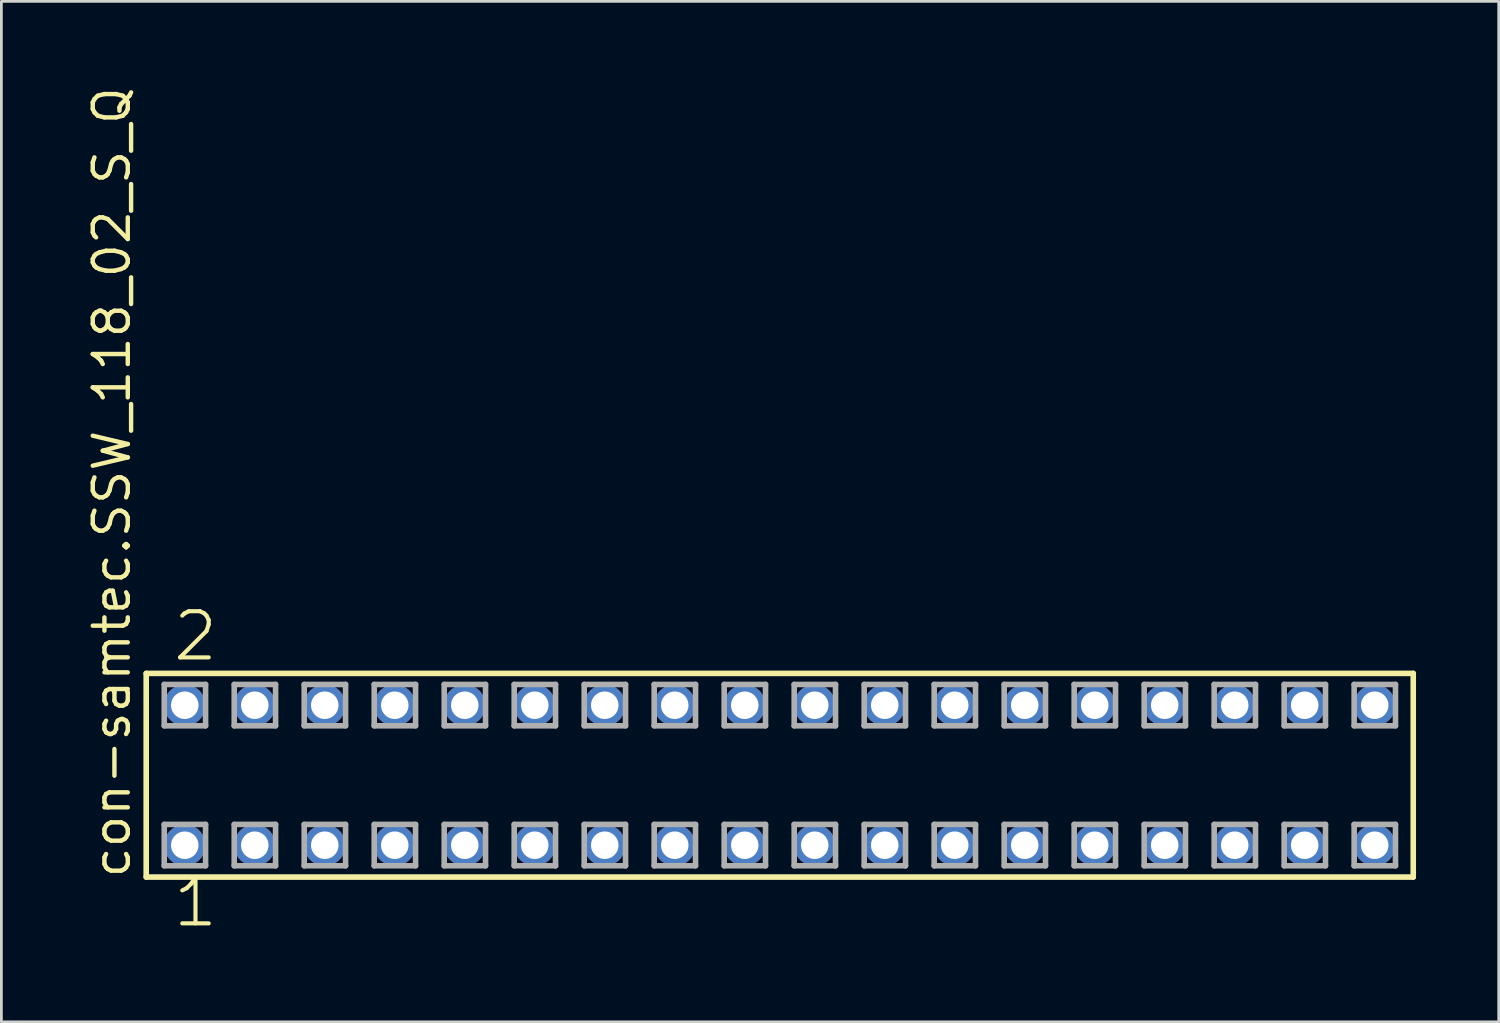
<source format=kicad_pcb>
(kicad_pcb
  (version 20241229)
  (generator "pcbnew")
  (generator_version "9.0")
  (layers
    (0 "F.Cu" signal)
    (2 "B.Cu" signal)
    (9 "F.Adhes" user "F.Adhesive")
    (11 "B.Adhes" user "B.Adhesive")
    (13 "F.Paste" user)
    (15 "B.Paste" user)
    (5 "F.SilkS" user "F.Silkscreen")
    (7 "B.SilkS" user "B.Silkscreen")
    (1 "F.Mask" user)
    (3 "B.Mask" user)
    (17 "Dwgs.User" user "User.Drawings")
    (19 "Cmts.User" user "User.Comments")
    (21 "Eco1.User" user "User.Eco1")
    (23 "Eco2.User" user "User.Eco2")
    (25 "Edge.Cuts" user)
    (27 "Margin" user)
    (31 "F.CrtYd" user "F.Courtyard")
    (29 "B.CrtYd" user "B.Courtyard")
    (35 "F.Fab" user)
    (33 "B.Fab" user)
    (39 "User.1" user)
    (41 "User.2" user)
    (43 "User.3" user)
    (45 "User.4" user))
  (footprint "con-samtec.SSW_118_02_S_Q"
    (layer "F.Cu")
    (at 25.245 25.082)
    (property "Reference" "con-samtec.SSW_118_02_S_Q" (at -23.495 3.81 90) (layer "F.SilkS") (effects (font (size 1.27 1.27) (thickness 0.16)) (justify left bottom)))
    (attr through_hole)
    (fp_line (start -22.989 -3.695) (end 22.989 -3.695) (stroke (width 0.203) (type default)) (layer "F.SilkS"))
    (fp_line (start -22.989 3.695) (end -22.989 -3.695) (stroke (width 0.203) (type default)) (layer "F.SilkS"))
    (fp_line (start 22.989 -3.695) (end 22.989 3.695) (stroke (width 0.203) (type default)) (layer "F.SilkS"))
    (fp_line (start 22.989 3.695) (end -22.989 3.695) (stroke (width 0.203) (type default)) (layer "F.SilkS"))
    (fp_line (start -22.335 -3.295) (end -20.835 -3.295) (stroke (width 0.203) (type default)) (layer "F.Fab"))
    (fp_line (start -22.335 -1.795) (end -22.335 -3.295) (stroke (width 0.203) (type default)) (layer "F.Fab"))
    (fp_line (start -22.335 1.785) (end -20.835 1.785) (stroke (width 0.203) (type default)) (layer "F.Fab"))
    (fp_line (start -22.335 3.285) (end -22.335 1.785) (stroke (width 0.203) (type default)) (layer "F.Fab"))
    (fp_line (start -20.835 -3.295) (end -20.835 -1.795) (stroke (width 0.203) (type default)) (layer "F.Fab"))
    (fp_line (start -20.835 -1.795) (end -22.335 -1.795) (stroke (width 0.203) (type default)) (layer "F.Fab"))
    (fp_line (start -20.835 1.785) (end -20.835 3.285) (stroke (width 0.203) (type default)) (layer "F.Fab"))
    (fp_line (start -20.835 3.285) (end -22.335 3.285) (stroke (width 0.203) (type default)) (layer "F.Fab"))
    (fp_line (start -19.795 -3.295) (end -18.295 -3.295) (stroke (width 0.203) (type default)) (layer "F.Fab"))
    (fp_line (start -19.795 -1.795) (end -19.795 -3.295) (stroke (width 0.203) (type default)) (layer "F.Fab"))
    (fp_line (start -19.795 1.785) (end -18.295 1.785) (stroke (width 0.203) (type default)) (layer "F.Fab"))
    (fp_line (start -19.795 3.285) (end -19.795 1.785) (stroke (width 0.203) (type default)) (layer "F.Fab"))
    (fp_line (start -18.295 -3.295) (end -18.295 -1.795) (stroke (width 0.203) (type default)) (layer "F.Fab"))
    (fp_line (start -18.295 -1.795) (end -19.795 -1.795) (stroke (width 0.203) (type default)) (layer "F.Fab"))
    (fp_line (start -18.295 1.785) (end -18.295 3.285) (stroke (width 0.203) (type default)) (layer "F.Fab"))
    (fp_line (start -18.295 3.285) (end -19.795 3.285) (stroke (width 0.203) (type default)) (layer "F.Fab"))
    (fp_line (start -17.255 -3.295) (end -15.755 -3.295) (stroke (width 0.203) (type default)) (layer "F.Fab"))
    (fp_line (start -17.255 -1.795) (end -17.255 -3.295) (stroke (width 0.203) (type default)) (layer "F.Fab"))
    (fp_line (start -17.255 1.785) (end -15.755 1.785) (stroke (width 0.203) (type default)) (layer "F.Fab"))
    (fp_line (start -17.255 3.285) (end -17.255 1.785) (stroke (width 0.203) (type default)) (layer "F.Fab"))
    (fp_line (start -15.755 -3.295) (end -15.755 -1.795) (stroke (width 0.203) (type default)) (layer "F.Fab"))
    (fp_line (start -15.755 -1.795) (end -17.255 -1.795) (stroke (width 0.203) (type default)) (layer "F.Fab"))
    (fp_line (start -15.755 1.785) (end -15.755 3.285) (stroke (width 0.203) (type default)) (layer "F.Fab"))
    (fp_line (start -15.755 3.285) (end -17.255 3.285) (stroke (width 0.203) (type default)) (layer "F.Fab"))
    (fp_line (start -14.715 -3.295) (end -13.215 -3.295) (stroke (width 0.203) (type default)) (layer "F.Fab"))
    (fp_line (start -14.715 -1.795) (end -14.715 -3.295) (stroke (width 0.203) (type default)) (layer "F.Fab"))
    (fp_line (start -14.715 1.785) (end -13.215 1.785) (stroke (width 0.203) (type default)) (layer "F.Fab"))
    (fp_line (start -14.715 3.285) (end -14.715 1.785) (stroke (width 0.203) (type default)) (layer "F.Fab"))
    (fp_line (start -13.215 -3.295) (end -13.215 -1.795) (stroke (width 0.203) (type default)) (layer "F.Fab"))
    (fp_line (start -13.215 -1.795) (end -14.715 -1.795) (stroke (width 0.203) (type default)) (layer "F.Fab"))
    (fp_line (start -13.215 1.785) (end -13.215 3.285) (stroke (width 0.203) (type default)) (layer "F.Fab"))
    (fp_line (start -13.215 3.285) (end -14.715 3.285) (stroke (width 0.203) (type default)) (layer "F.Fab"))
    (fp_line (start -12.175 -3.295) (end -10.675 -3.295) (stroke (width 0.203) (type default)) (layer "F.Fab"))
    (fp_line (start -12.175 -1.795) (end -12.175 -3.295) (stroke (width 0.203) (type default)) (layer "F.Fab"))
    (fp_line (start -12.175 1.785) (end -10.675 1.785) (stroke (width 0.203) (type default)) (layer "F.Fab"))
    (fp_line (start -12.175 3.285) (end -12.175 1.785) (stroke (width 0.203) (type default)) (layer "F.Fab"))
    (fp_line (start -10.675 -3.295) (end -10.675 -1.795) (stroke (width 0.203) (type default)) (layer "F.Fab"))
    (fp_line (start -10.675 -1.795) (end -12.175 -1.795) (stroke (width 0.203) (type default)) (layer "F.Fab"))
    (fp_line (start -10.675 1.785) (end -10.675 3.285) (stroke (width 0.203) (type default)) (layer "F.Fab"))
    (fp_line (start -10.675 3.285) (end -12.175 3.285) (stroke (width 0.203) (type default)) (layer "F.Fab"))
    (fp_line (start -9.635 -3.295) (end -8.135 -3.295) (stroke (width 0.203) (type default)) (layer "F.Fab"))
    (fp_line (start -9.635 -1.795) (end -9.635 -3.295) (stroke (width 0.203) (type default)) (layer "F.Fab"))
    (fp_line (start -9.635 1.785) (end -8.135 1.785) (stroke (width 0.203) (type default)) (layer "F.Fab"))
    (fp_line (start -9.635 3.285) (end -9.635 1.785) (stroke (width 0.203) (type default)) (layer "F.Fab"))
    (fp_line (start -8.135 -3.295) (end -8.135 -1.795) (stroke (width 0.203) (type default)) (layer "F.Fab"))
    (fp_line (start -8.135 -1.795) (end -9.635 -1.795) (stroke (width 0.203) (type default)) (layer "F.Fab"))
    (fp_line (start -8.135 1.785) (end -8.135 3.285) (stroke (width 0.203) (type default)) (layer "F.Fab"))
    (fp_line (start -8.135 3.285) (end -9.635 3.285) (stroke (width 0.203) (type default)) (layer "F.Fab"))
    (fp_line (start -7.095 -3.295) (end -5.595 -3.295) (stroke (width 0.203) (type default)) (layer "F.Fab"))
    (fp_line (start -7.095 -1.795) (end -7.095 -3.295) (stroke (width 0.203) (type default)) (layer "F.Fab"))
    (fp_line (start -7.095 1.785) (end -5.595 1.785) (stroke (width 0.203) (type default)) (layer "F.Fab"))
    (fp_line (start -7.095 3.285) (end -7.095 1.785) (stroke (width 0.203) (type default)) (layer "F.Fab"))
    (fp_line (start -5.595 -3.295) (end -5.595 -1.795) (stroke (width 0.203) (type default)) (layer "F.Fab"))
    (fp_line (start -5.595 -1.795) (end -7.095 -1.795) (stroke (width 0.203) (type default)) (layer "F.Fab"))
    (fp_line (start -5.595 1.785) (end -5.595 3.285) (stroke (width 0.203) (type default)) (layer "F.Fab"))
    (fp_line (start -5.595 3.285) (end -7.095 3.285) (stroke (width 0.203) (type default)) (layer "F.Fab"))
    (fp_line (start -4.555 -3.295) (end -3.055 -3.295) (stroke (width 0.203) (type default)) (layer "F.Fab"))
    (fp_line (start -4.555 -1.795) (end -4.555 -3.295) (stroke (width 0.203) (type default)) (layer "F.Fab"))
    (fp_line (start -4.555 1.785) (end -3.055 1.785) (stroke (width 0.203) (type default)) (layer "F.Fab"))
    (fp_line (start -4.555 3.285) (end -4.555 1.785) (stroke (width 0.203) (type default)) (layer "F.Fab"))
    (fp_line (start -3.055 -3.295) (end -3.055 -1.795) (stroke (width 0.203) (type default)) (layer "F.Fab"))
    (fp_line (start -3.055 -1.795) (end -4.555 -1.795) (stroke (width 0.203) (type default)) (layer "F.Fab"))
    (fp_line (start -3.055 1.785) (end -3.055 3.285) (stroke (width 0.203) (type default)) (layer "F.Fab"))
    (fp_line (start -3.055 3.285) (end -4.555 3.285) (stroke (width 0.203) (type default)) (layer "F.Fab"))
    (fp_line (start -2.015 -3.295) (end -0.515 -3.295) (stroke (width 0.203) (type default)) (layer "F.Fab"))
    (fp_line (start -2.015 -1.795) (end -2.015 -3.295) (stroke (width 0.203) (type default)) (layer "F.Fab"))
    (fp_line (start -2.015 1.785) (end -0.515 1.785) (stroke (width 0.203) (type default)) (layer "F.Fab"))
    (fp_line (start -2.015 3.285) (end -2.015 1.785) (stroke (width 0.203) (type default)) (layer "F.Fab"))
    (fp_line (start -0.515 -3.295) (end -0.515 -1.795) (stroke (width 0.203) (type default)) (layer "F.Fab"))
    (fp_line (start -0.515 -1.795) (end -2.015 -1.795) (stroke (width 0.203) (type default)) (layer "F.Fab"))
    (fp_line (start -0.515 1.785) (end -0.515 3.285) (stroke (width 0.203) (type default)) (layer "F.Fab"))
    (fp_line (start -0.515 3.285) (end -2.015 3.285) (stroke (width 0.203) (type default)) (layer "F.Fab"))
    (fp_line (start 0.525 -3.295) (end 2.025 -3.295) (stroke (width 0.203) (type default)) (layer "F.Fab"))
    (fp_line (start 0.525 -1.795) (end 0.525 -3.295) (stroke (width 0.203) (type default)) (layer "F.Fab"))
    (fp_line (start 0.525 1.785) (end 2.025 1.785) (stroke (width 0.203) (type default)) (layer "F.Fab"))
    (fp_line (start 0.525 3.285) (end 0.525 1.785) (stroke (width 0.203) (type default)) (layer "F.Fab"))
    (fp_line (start 2.025 -3.295) (end 2.025 -1.795) (stroke (width 0.203) (type default)) (layer "F.Fab"))
    (fp_line (start 2.025 -1.795) (end 0.525 -1.795) (stroke (width 0.203) (type default)) (layer "F.Fab"))
    (fp_line (start 2.025 1.785) (end 2.025 3.285) (stroke (width 0.203) (type default)) (layer "F.Fab"))
    (fp_line (start 2.025 3.285) (end 0.525 3.285) (stroke (width 0.203) (type default)) (layer "F.Fab"))
    (fp_line (start 3.065 -3.295) (end 4.565 -3.295) (stroke (width 0.203) (type default)) (layer "F.Fab"))
    (fp_line (start 3.065 -1.795) (end 3.065 -3.295) (stroke (width 0.203) (type default)) (layer "F.Fab"))
    (fp_line (start 3.065 1.785) (end 4.565 1.785) (stroke (width 0.203) (type default)) (layer "F.Fab"))
    (fp_line (start 3.065 3.285) (end 3.065 1.785) (stroke (width 0.203) (type default)) (layer "F.Fab"))
    (fp_line (start 4.565 -3.295) (end 4.565 -1.795) (stroke (width 0.203) (type default)) (layer "F.Fab"))
    (fp_line (start 4.565 -1.795) (end 3.065 -1.795) (stroke (width 0.203) (type default)) (layer "F.Fab"))
    (fp_line (start 4.565 1.785) (end 4.565 3.285) (stroke (width 0.203) (type default)) (layer "F.Fab"))
    (fp_line (start 4.565 3.285) (end 3.065 3.285) (stroke (width 0.203) (type default)) (layer "F.Fab"))
    (fp_line (start 5.605 -3.295) (end 7.105 -3.295) (stroke (width 0.203) (type default)) (layer "F.Fab"))
    (fp_line (start 5.605 -1.795) (end 5.605 -3.295) (stroke (width 0.203) (type default)) (layer "F.Fab"))
    (fp_line (start 5.605 1.785) (end 7.105 1.785) (stroke (width 0.203) (type default)) (layer "F.Fab"))
    (fp_line (start 5.605 3.285) (end 5.605 1.785) (stroke (width 0.203) (type default)) (layer "F.Fab"))
    (fp_line (start 7.105 -3.295) (end 7.105 -1.795) (stroke (width 0.203) (type default)) (layer "F.Fab"))
    (fp_line (start 7.105 -1.795) (end 5.605 -1.795) (stroke (width 0.203) (type default)) (layer "F.Fab"))
    (fp_line (start 7.105 1.785) (end 7.105 3.285) (stroke (width 0.203) (type default)) (layer "F.Fab"))
    (fp_line (start 7.105 3.285) (end 5.605 3.285) (stroke (width 0.203) (type default)) (layer "F.Fab"))
    (fp_line (start 8.145 -3.295) (end 9.645 -3.295) (stroke (width 0.203) (type default)) (layer "F.Fab"))
    (fp_line (start 8.145 -1.795) (end 8.145 -3.295) (stroke (width 0.203) (type default)) (layer "F.Fab"))
    (fp_line (start 8.145 1.785) (end 9.645 1.785) (stroke (width 0.203) (type default)) (layer "F.Fab"))
    (fp_line (start 8.145 3.285) (end 8.145 1.785) (stroke (width 0.203) (type default)) (layer "F.Fab"))
    (fp_line (start 9.645 -3.295) (end 9.645 -1.795) (stroke (width 0.203) (type default)) (layer "F.Fab"))
    (fp_line (start 9.645 -1.795) (end 8.145 -1.795) (stroke (width 0.203) (type default)) (layer "F.Fab"))
    (fp_line (start 9.645 1.785) (end 9.645 3.285) (stroke (width 0.203) (type default)) (layer "F.Fab"))
    (fp_line (start 9.645 3.285) (end 8.145 3.285) (stroke (width 0.203) (type default)) (layer "F.Fab"))
    (fp_line (start 10.685 -3.295) (end 12.185 -3.295) (stroke (width 0.203) (type default)) (layer "F.Fab"))
    (fp_line (start 10.685 -1.795) (end 10.685 -3.295) (stroke (width 0.203) (type default)) (layer "F.Fab"))
    (fp_line (start 10.685 1.785) (end 12.185 1.785) (stroke (width 0.203) (type default)) (layer "F.Fab"))
    (fp_line (start 10.685 3.285) (end 10.685 1.785) (stroke (width 0.203) (type default)) (layer "F.Fab"))
    (fp_line (start 12.185 -3.295) (end 12.185 -1.795) (stroke (width 0.203) (type default)) (layer "F.Fab"))
    (fp_line (start 12.185 -1.795) (end 10.685 -1.795) (stroke (width 0.203) (type default)) (layer "F.Fab"))
    (fp_line (start 12.185 1.785) (end 12.185 3.285) (stroke (width 0.203) (type default)) (layer "F.Fab"))
    (fp_line (start 12.185 3.285) (end 10.685 3.285) (stroke (width 0.203) (type default)) (layer "F.Fab"))
    (fp_line (start 13.225 -3.295) (end 14.725 -3.295) (stroke (width 0.203) (type default)) (layer "F.Fab"))
    (fp_line (start 13.225 -1.795) (end 13.225 -3.295) (stroke (width 0.203) (type default)) (layer "F.Fab"))
    (fp_line (start 13.225 1.785) (end 14.725 1.785) (stroke (width 0.203) (type default)) (layer "F.Fab"))
    (fp_line (start 13.225 3.285) (end 13.225 1.785) (stroke (width 0.203) (type default)) (layer "F.Fab"))
    (fp_line (start 14.725 -3.295) (end 14.725 -1.795) (stroke (width 0.203) (type default)) (layer "F.Fab"))
    (fp_line (start 14.725 -1.795) (end 13.225 -1.795) (stroke (width 0.203) (type default)) (layer "F.Fab"))
    (fp_line (start 14.725 1.785) (end 14.725 3.285) (stroke (width 0.203) (type default)) (layer "F.Fab"))
    (fp_line (start 14.725 3.285) (end 13.225 3.285) (stroke (width 0.203) (type default)) (layer "F.Fab"))
    (fp_line (start 15.765 -3.295) (end 17.265 -3.295) (stroke (width 0.203) (type default)) (layer "F.Fab"))
    (fp_line (start 15.765 -1.795) (end 15.765 -3.295) (stroke (width 0.203) (type default)) (layer "F.Fab"))
    (fp_line (start 15.765 1.785) (end 17.265 1.785) (stroke (width 0.203) (type default)) (layer "F.Fab"))
    (fp_line (start 15.765 3.285) (end 15.765 1.785) (stroke (width 0.203) (type default)) (layer "F.Fab"))
    (fp_line (start 17.265 -3.295) (end 17.265 -1.795) (stroke (width 0.203) (type default)) (layer "F.Fab"))
    (fp_line (start 17.265 -1.795) (end 15.765 -1.795) (stroke (width 0.203) (type default)) (layer "F.Fab"))
    (fp_line (start 17.265 1.785) (end 17.265 3.285) (stroke (width 0.203) (type default)) (layer "F.Fab"))
    (fp_line (start 17.265 3.285) (end 15.765 3.285) (stroke (width 0.203) (type default)) (layer "F.Fab"))
    (fp_line (start 18.305 -3.295) (end 19.805 -3.295) (stroke (width 0.203) (type default)) (layer "F.Fab"))
    (fp_line (start 18.305 -1.795) (end 18.305 -3.295) (stroke (width 0.203) (type default)) (layer "F.Fab"))
    (fp_line (start 18.305 1.785) (end 19.805 1.785) (stroke (width 0.203) (type default)) (layer "F.Fab"))
    (fp_line (start 18.305 3.285) (end 18.305 1.785) (stroke (width 0.203) (type default)) (layer "F.Fab"))
    (fp_line (start 19.805 -3.295) (end 19.805 -1.795) (stroke (width 0.203) (type default)) (layer "F.Fab"))
    (fp_line (start 19.805 -1.795) (end 18.305 -1.795) (stroke (width 0.203) (type default)) (layer "F.Fab"))
    (fp_line (start 19.805 1.785) (end 19.805 3.285) (stroke (width 0.203) (type default)) (layer "F.Fab"))
    (fp_line (start 19.805 3.285) (end 18.305 3.285) (stroke (width 0.203) (type default)) (layer "F.Fab"))
    (fp_line (start 20.845 -3.295) (end 22.345 -3.295) (stroke (width 0.203) (type default)) (layer "F.Fab"))
    (fp_line (start 20.845 -1.795) (end 20.845 -3.295) (stroke (width 0.203) (type default)) (layer "F.Fab"))
    (fp_line (start 20.845 1.785) (end 22.345 1.785) (stroke (width 0.203) (type default)) (layer "F.Fab"))
    (fp_line (start 20.845 3.285) (end 20.845 1.785) (stroke (width 0.203) (type default)) (layer "F.Fab"))
    (fp_line (start 22.345 -3.295) (end 22.345 -1.795) (stroke (width 0.203) (type default)) (layer "F.Fab"))
    (fp_line (start 22.345 -1.795) (end 20.845 -1.795) (stroke (width 0.203) (type default)) (layer "F.Fab"))
    (fp_line (start 22.345 1.785) (end 22.345 3.285) (stroke (width 0.203) (type default)) (layer "F.Fab"))
    (fp_line (start 22.345 3.285) (end 20.845 3.285) (stroke (width 0.203) (type default)) (layer "F.Fab"))
    (fp_text user "2" (at -22.098 -4.064 0) (layer "F.SilkS") (effects (font (size 1.676 1.676) (thickness 0.15)) (justify left bottom)))
    (fp_text user "1" (at -22.098 5.588 0) (layer "F.SilkS") (effects (font (size 1.676 1.676) (thickness 0.15)) (justify left bottom)))
    (pad "1" thru_hole circle (at -21.59 2.54) (size 1.5 1.5) (drill 1) (layers "*.Cu" "*.Mask"))
    (pad "2" thru_hole circle (at -21.59 -2.54) (size 1.5 1.5) (drill 1) (layers "*.Cu" "*.Mask"))
    (pad "3" thru_hole circle (at -19.05 2.54) (size 1.5 1.5) (drill 1) (layers "*.Cu" "*.Mask"))
    (pad "4" thru_hole circle (at -19.05 -2.54) (size 1.5 1.5) (drill 1) (layers "*.Cu" "*.Mask"))
    (pad "5" thru_hole circle (at -16.51 2.54) (size 1.5 1.5) (drill 1) (layers "*.Cu" "*.Mask"))
    (pad "6" thru_hole circle (at -16.51 -2.54) (size 1.5 1.5) (drill 1) (layers "*.Cu" "*.Mask"))
    (pad "7" thru_hole circle (at -13.97 2.54) (size 1.5 1.5) (drill 1) (layers "*.Cu" "*.Mask"))
    (pad "8" thru_hole circle (at -13.97 -2.54) (size 1.5 1.5) (drill 1) (layers "*.Cu" "*.Mask"))
    (pad "9" thru_hole circle (at -11.43 2.54) (size 1.5 1.5) (drill 1) (layers "*.Cu" "*.Mask"))
    (pad "10" thru_hole circle (at -11.43 -2.54) (size 1.5 1.5) (drill 1) (layers "*.Cu" "*.Mask"))
    (pad "11" thru_hole circle (at -8.89 2.54) (size 1.5 1.5) (drill 1) (layers "*.Cu" "*.Mask"))
    (pad "12" thru_hole circle (at -8.89 -2.54) (size 1.5 1.5) (drill 1) (layers "*.Cu" "*.Mask"))
    (pad "13" thru_hole circle (at -6.35 2.54) (size 1.5 1.5) (drill 1) (layers "*.Cu" "*.Mask"))
    (pad "14" thru_hole circle (at -6.35 -2.54) (size 1.5 1.5) (drill 1) (layers "*.Cu" "*.Mask"))
    (pad "15" thru_hole circle (at -3.81 2.54) (size 1.5 1.5) (drill 1) (layers "*.Cu" "*.Mask"))
    (pad "16" thru_hole circle (at -3.81 -2.54) (size 1.5 1.5) (drill 1) (layers "*.Cu" "*.Mask"))
    (pad "17" thru_hole circle (at -1.27 2.54) (size 1.5 1.5) (drill 1) (layers "*.Cu" "*.Mask"))
    (pad "18" thru_hole circle (at -1.27 -2.54) (size 1.5 1.5) (drill 1) (layers "*.Cu" "*.Mask"))
    (pad "19" thru_hole circle (at 1.27 2.54) (size 1.5 1.5) (drill 1) (layers "*.Cu" "*.Mask"))
    (pad "20" thru_hole circle (at 1.27 -2.54) (size 1.5 1.5) (drill 1) (layers "*.Cu" "*.Mask"))
    (pad "21" thru_hole circle (at 3.81 2.54) (size 1.5 1.5) (drill 1) (layers "*.Cu" "*.Mask"))
    (pad "22" thru_hole circle (at 3.81 -2.54) (size 1.5 1.5) (drill 1) (layers "*.Cu" "*.Mask"))
    (pad "23" thru_hole circle (at 6.35 2.54) (size 1.5 1.5) (drill 1) (layers "*.Cu" "*.Mask"))
    (pad "24" thru_hole circle (at 6.35 -2.54) (size 1.5 1.5) (drill 1) (layers "*.Cu" "*.Mask"))
    (pad "25" thru_hole circle (at 8.89 2.54) (size 1.5 1.5) (drill 1) (layers "*.Cu" "*.Mask"))
    (pad "26" thru_hole circle (at 8.89 -2.54) (size 1.5 1.5) (drill 1) (layers "*.Cu" "*.Mask"))
    (pad "27" thru_hole circle (at 11.43 2.54) (size 1.5 1.5) (drill 1) (layers "*.Cu" "*.Mask"))
    (pad "28" thru_hole circle (at 11.43 -2.54) (size 1.5 1.5) (drill 1) (layers "*.Cu" "*.Mask"))
    (pad "29" thru_hole circle (at 13.97 2.54) (size 1.5 1.5) (drill 1) (layers "*.Cu" "*.Mask"))
    (pad "30" thru_hole circle (at 13.97 -2.54) (size 1.5 1.5) (drill 1) (layers "*.Cu" "*.Mask"))
    (pad "31" thru_hole circle (at 16.51 2.54) (size 1.5 1.5) (drill 1) (layers "*.Cu" "*.Mask"))
    (pad "32" thru_hole circle (at 16.51 -2.54) (size 1.5 1.5) (drill 1) (layers "*.Cu" "*.Mask"))
    (pad "33" thru_hole circle (at 19.05 2.54) (size 1.5 1.5) (drill 1) (layers "*.Cu" "*.Mask"))
    (pad "34" thru_hole circle (at 19.05 -2.54) (size 1.5 1.5) (drill 1) (layers "*.Cu" "*.Mask"))
    (pad "35" thru_hole circle (at 21.59 2.54) (size 1.5 1.5) (drill 1) (layers "*.Cu" "*.Mask"))
    (pad "36" thru_hole circle (at 21.59 -2.54) (size 1.5 1.5) (drill 1) (layers "*.Cu" "*.Mask")))
  (gr_rect
    (start -3 -3)
    (end 51.336 34.031)
    (stroke (width 0.1) (type default))
    (fill no)
    (layer "Edge.Cuts")))
</source>
